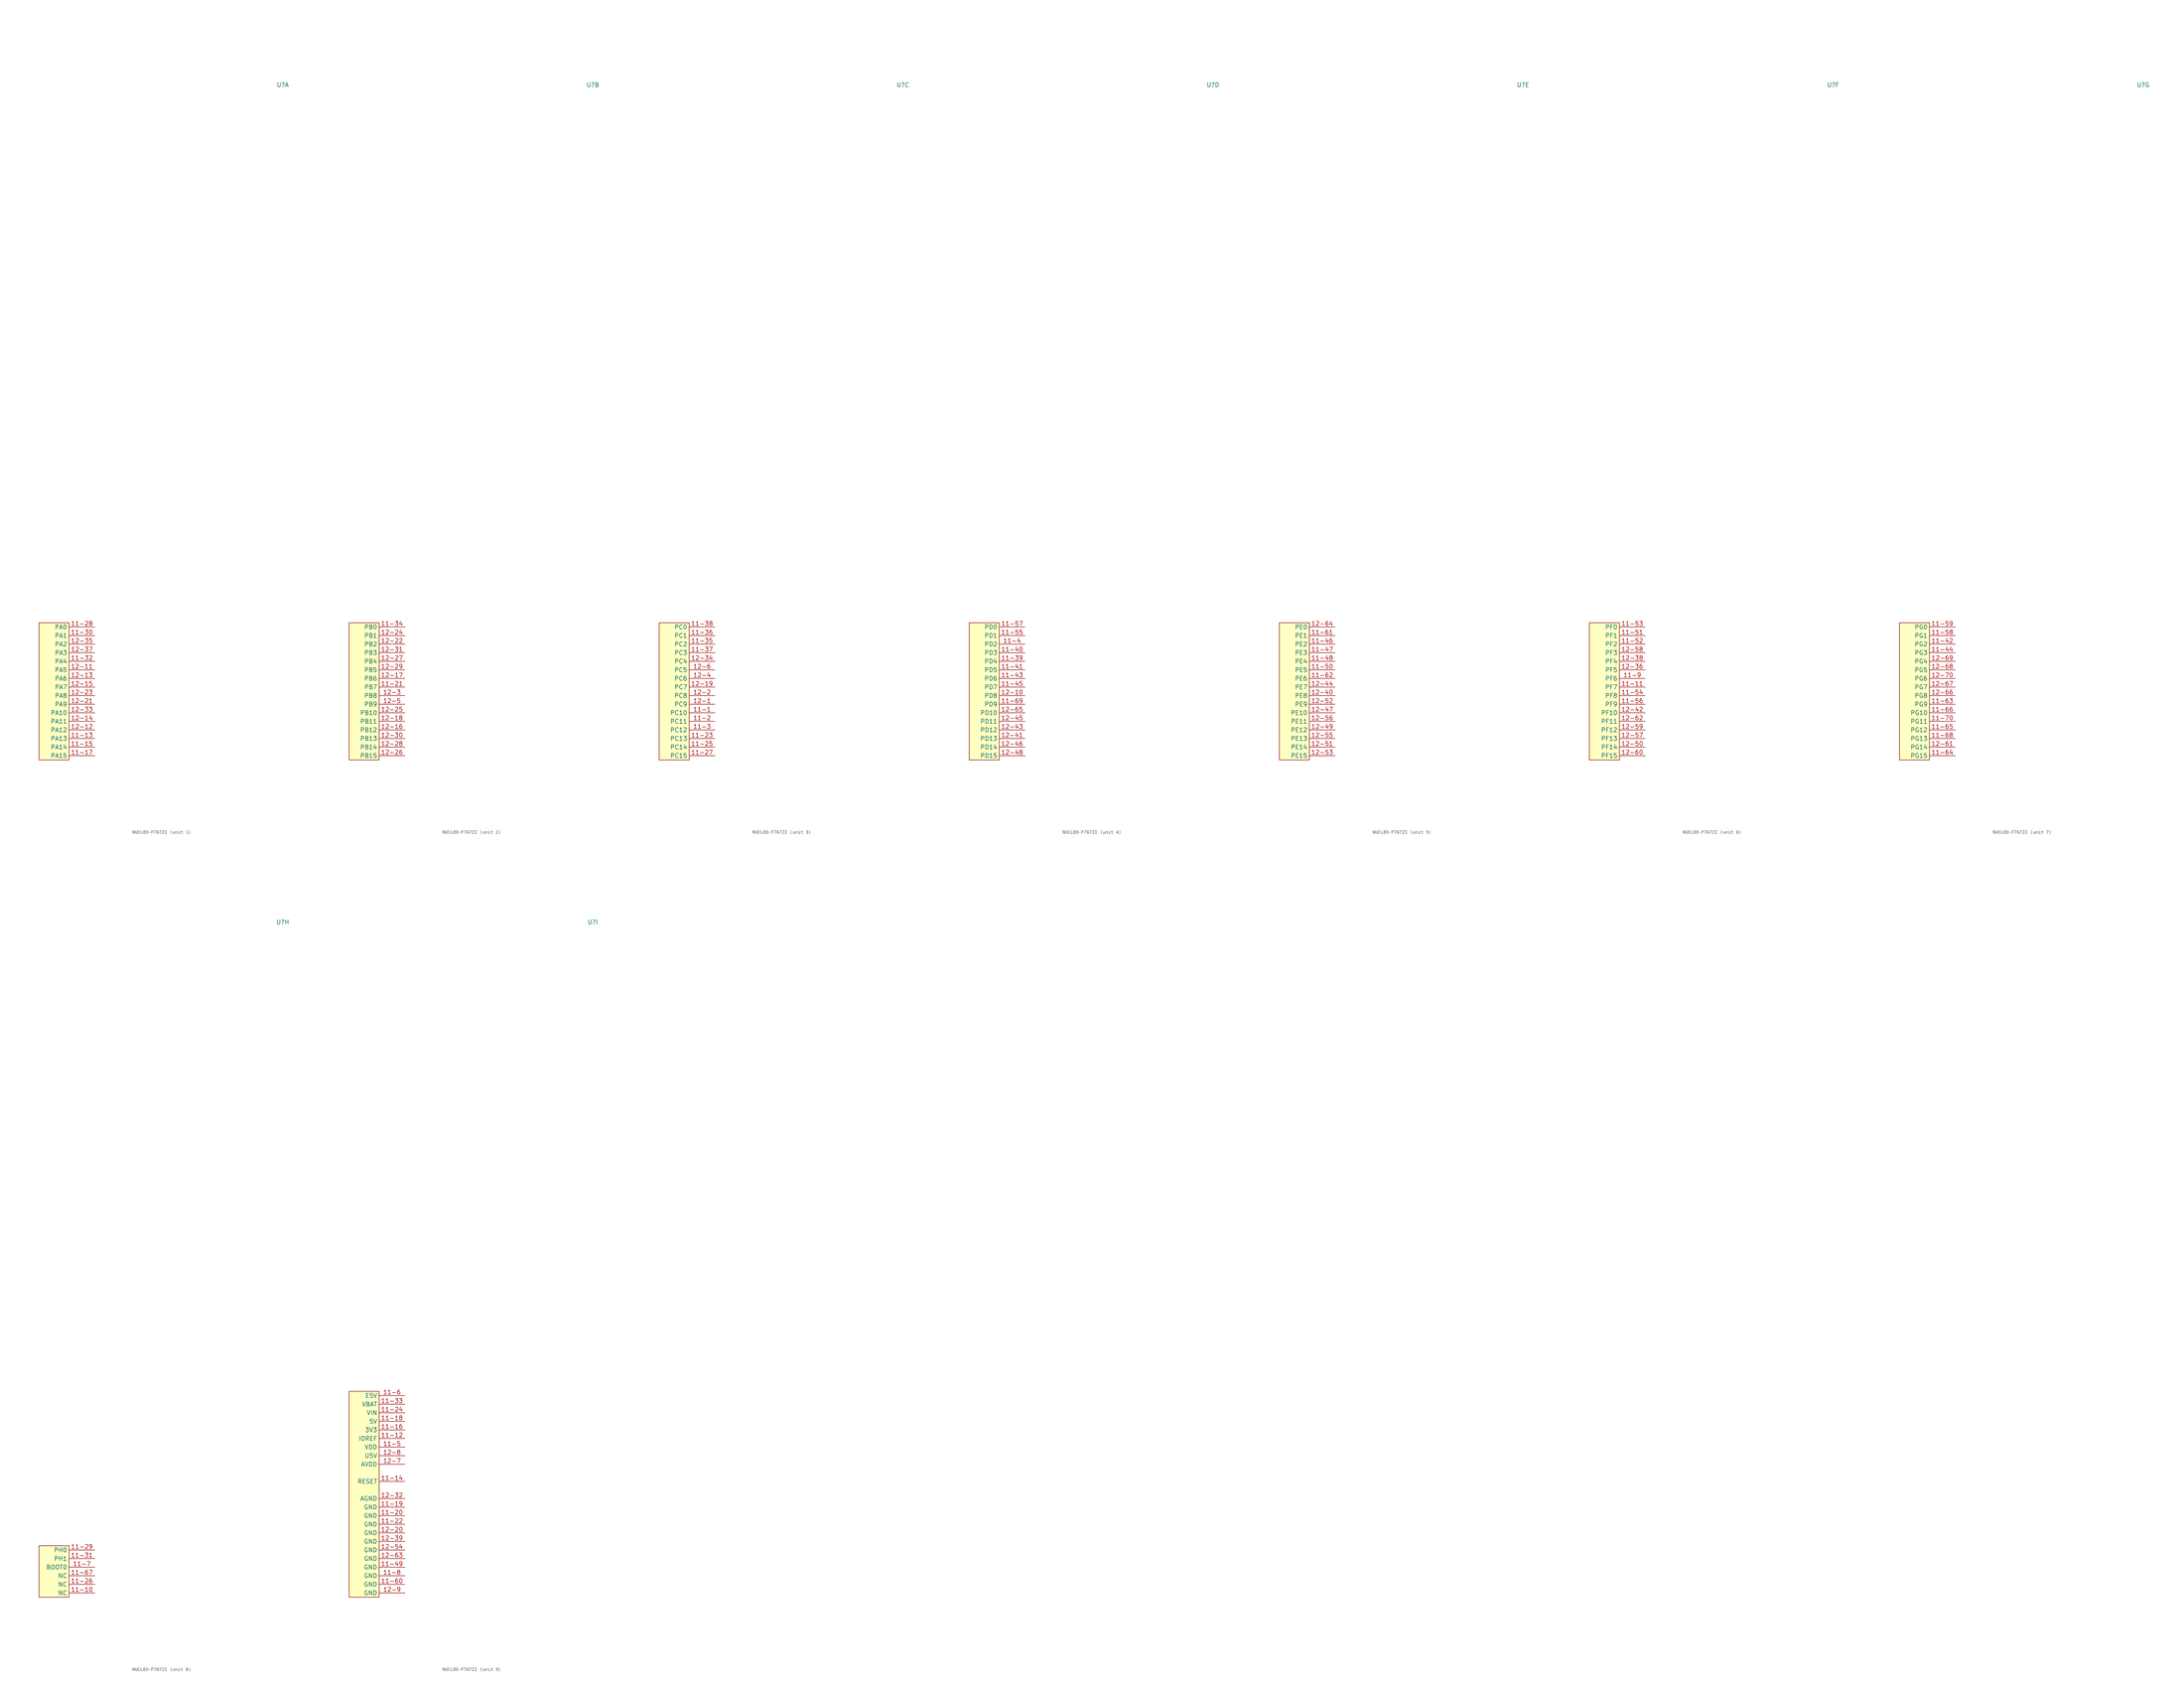
<source format=kicad_sym>
(kicad_symbol_lib
  (version 20241209)
  (generator "kicad_symbol_editor")
  (generator_version "9.0")
  (symbol "NUCLEO-F767ZI"
    (property "Reference" "U"
      (at 72.136 199.898 0)
      (effects (font (size 1.27 1.27))))
    (property "Value" ""
      (at 0 0 0)
      (effects (font (size 1.27 1.27))))
    (property "ki_locked" ""
      (at 0 0 0)
      (effects (font (size 1.27 1.27))))
    (symbol "NUCLEO-F767ZI_1_1"
      (rectangle (start 0 40.64) (end 8.89 0) (stroke (width 0) (type default)) (fill (type color) (color 255 255 194 1)))
      (pin passive line (at 16.51 39.37 180) (length 7.62) (name "PA0" (effects (font (size 1.27 1.27)))) (number "11-28" (effects (font (size 1.27 1.27)))))
      (pin passive line (at 16.51 36.83 180) (length 7.62) (name "PA1" (effects (font (size 1.27 1.27)))) (number "11-30" (effects (font (size 1.27 1.27)))))
      (pin passive line (at 16.51 34.29 180) (length 7.62) (name "PA2" (effects (font (size 1.27 1.27)))) (number "12-35" (effects (font (size 1.27 1.27)))))
      (pin passive line (at 16.51 31.75 180) (length 7.62) (name "PA3" (effects (font (size 1.27 1.27)))) (number "12-37" (effects (font (size 1.27 1.27)))))
      (pin passive line (at 16.51 29.21 180) (length 7.62) (name "PA4" (effects (font (size 1.27 1.27)))) (number "11-32" (effects (font (size 1.27 1.27)))))
      (pin passive line (at 16.51 26.67 180) (length 7.62) (name "PA5" (effects (font (size 1.27 1.27)))) (number "12-11" (effects (font (size 1.27 1.27)))))
      (pin passive line (at 16.51 24.13 180) (length 7.62) (name "PA6" (effects (font (size 1.27 1.27)))) (number "12-13" (effects (font (size 1.27 1.27)))))
      (pin passive line (at 16.51 21.59 180) (length 7.62) (name "PA7" (effects (font (size 1.27 1.27)))) (number "12-15" (effects (font (size 1.27 1.27)))))
      (pin passive line (at 16.51 19.05 180) (length 7.62) (name "PA8" (effects (font (size 1.27 1.27)))) (number "12-23" (effects (font (size 1.27 1.27)))))
      (pin passive line (at 16.51 16.51 180) (length 7.62) (name "PA9" (effects (font (size 1.27 1.27)))) (number "12-21" (effects (font (size 1.27 1.27)))))
      (pin passive line (at 16.51 13.97 180) (length 7.62) (name "PA10" (effects (font (size 1.27 1.27)))) (number "12-33" (effects (font (size 1.27 1.27)))))
      (pin passive line (at 16.51 11.43 180) (length 7.62) (name "PA11" (effects (font (size 1.27 1.27)))) (number "12-14" (effects (font (size 1.27 1.27)))))
      (pin passive line (at 16.51 8.89 180) (length 7.62) (name "PA12" (effects (font (size 1.27 1.27)))) (number "12-12" (effects (font (size 1.27 1.27)))))
      (pin passive line (at 16.51 6.35 180) (length 7.62) (name "PA13" (effects (font (size 1.27 1.27)))) (number "11-13" (effects (font (size 1.27 1.27)))))
      (pin passive line (at 16.51 3.81 180) (length 7.62) (name "PA14" (effects (font (size 1.27 1.27)))) (number "11-15" (effects (font (size 1.27 1.27)))))
      (pin passive line (at 16.51 1.27 180) (length 7.62) (name "PA15" (effects (font (size 1.27 1.27)))) (number "11-17" (effects (font (size 1.27 1.27))))))
    (symbol "NUCLEO-F767ZI_2_1"
      (rectangle (start 0 40.64) (end 8.89 0) (stroke (width 0) (type default)) (fill (type color) (color 255 255 194 1)))
      (pin passive line (at 16.51 39.37 180) (length 7.62) (name "PB0" (effects (font (size 1.27 1.27)))) (number "11-34" (effects (font (size 1.27 1.27)))))
      (pin passive line (at 16.51 36.83 180) (length 7.62) (name "PB1" (effects (font (size 1.27 1.27)))) (number "12-24" (effects (font (size 1.27 1.27)))))
      (pin passive line (at 16.51 34.29 180) (length 7.62) (name "PB2" (effects (font (size 1.27 1.27)))) (number "12-22" (effects (font (size 1.27 1.27)))))
      (pin passive line (at 16.51 31.75 180) (length 7.62) (name "PB3" (effects (font (size 1.27 1.27)))) (number "12-31" (effects (font (size 1.27 1.27)))))
      (pin passive line (at 16.51 29.21 180) (length 7.62) (name "PB4" (effects (font (size 1.27 1.27)))) (number "12-27" (effects (font (size 1.27 1.27)))))
      (pin passive line (at 16.51 26.67 180) (length 7.62) (name "PB5" (effects (font (size 1.27 1.27)))) (number "12-29" (effects (font (size 1.27 1.27)))))
      (pin passive line (at 16.51 24.13 180) (length 7.62) (name "PB6" (effects (font (size 1.27 1.27)))) (number "12-17" (effects (font (size 1.27 1.27)))))
      (pin passive line (at 16.51 21.59 180) (length 7.62) (name "PB7" (effects (font (size 1.27 1.27)))) (number "11-21" (effects (font (size 1.27 1.27)))))
      (pin passive line (at 16.51 19.05 180) (length 7.62) (name "PB8" (effects (font (size 1.27 1.27)))) (number "12-3" (effects (font (size 1.27 1.27)))))
      (pin passive line (at 16.51 16.51 180) (length 7.62) (name "PB9" (effects (font (size 1.27 1.27)))) (number "12-5" (effects (font (size 1.27 1.27)))))
      (pin passive line (at 16.51 13.97 180) (length 7.62) (name "PB10" (effects (font (size 1.27 1.27)))) (number "12-25" (effects (font (size 1.27 1.27)))))
      (pin passive line (at 16.51 11.43 180) (length 7.62) (name "PB11" (effects (font (size 1.27 1.27)))) (number "12-18" (effects (font (size 1.27 1.27)))))
      (pin passive line (at 16.51 8.89 180) (length 7.62) (name "PB12" (effects (font (size 1.27 1.27)))) (number "12-16" (effects (font (size 1.27 1.27)))))
      (pin passive line (at 16.51 6.35 180) (length 7.62) (name "PB13" (effects (font (size 1.27 1.27)))) (number "12-30" (effects (font (size 1.27 1.27)))))
      (pin passive line (at 16.51 3.81 180) (length 7.62) (name "PB14" (effects (font (size 1.27 1.27)))) (number "12-28" (effects (font (size 1.27 1.27)))))
      (pin passive line (at 16.51 1.27 180) (length 7.62) (name "PB15" (effects (font (size 1.27 1.27)))) (number "12-26" (effects (font (size 1.27 1.27))))))
    (symbol "NUCLEO-F767ZI_3_1"
      (rectangle (start 0 40.64) (end 8.89 0) (stroke (width 0) (type default)) (fill (type color) (color 255 255 194 1)))
      (pin passive line (at 16.51 39.37 180) (length 7.62) (name "PC0" (effects (font (size 1.27 1.27)))) (number "11-38" (effects (font (size 1.27 1.27)))))
      (pin passive line (at 16.51 36.83 180) (length 7.62) (name "PC1" (effects (font (size 1.27 1.27)))) (number "11-36" (effects (font (size 1.27 1.27)))))
      (pin passive line (at 16.51 34.29 180) (length 7.62) (name "PC2" (effects (font (size 1.27 1.27)))) (number "11-35" (effects (font (size 1.27 1.27)))))
      (pin passive line (at 16.51 31.75 180) (length 7.62) (name "PC3" (effects (font (size 1.27 1.27)))) (number "11-37" (effects (font (size 1.27 1.27)))))
      (pin passive line (at 16.51 29.21 180) (length 7.62) (name "PC4" (effects (font (size 1.27 1.27)))) (number "12-34" (effects (font (size 1.27 1.27)))))
      (pin passive line (at 16.51 26.67 180) (length 7.62) (name "PC5" (effects (font (size 1.27 1.27)))) (number "12-6" (effects (font (size 1.27 1.27)))))
      (pin passive line (at 16.51 24.13 180) (length 7.62) (name "PC6" (effects (font (size 1.27 1.27)))) (number "12-4" (effects (font (size 1.27 1.27)))))
      (pin passive line (at 16.51 21.59 180) (length 7.62) (name "PC7" (effects (font (size 1.27 1.27)))) (number "12-19" (effects (font (size 1.27 1.27)))))
      (pin passive line (at 16.51 19.05 180) (length 7.62) (name "PC8" (effects (font (size 1.27 1.27)))) (number "12-2" (effects (font (size 1.27 1.27)))))
      (pin passive line (at 16.51 16.51 180) (length 7.62) (name "PC9" (effects (font (size 1.27 1.27)))) (number "12-1" (effects (font (size 1.27 1.27)))))
      (pin passive line (at 16.51 13.97 180) (length 7.62) (name "PC10" (effects (font (size 1.27 1.27)))) (number "11-1" (effects (font (size 1.27 1.27)))))
      (pin passive line (at 16.51 11.43 180) (length 7.62) (name "PC11" (effects (font (size 1.27 1.27)))) (number "11-2" (effects (font (size 1.27 1.27)))))
      (pin passive line (at 16.51 8.89 180) (length 7.62) (name "PC12" (effects (font (size 1.27 1.27)))) (number "11-3" (effects (font (size 1.27 1.27)))))
      (pin passive line (at 16.51 6.35 180) (length 7.62) (name "PC13" (effects (font (size 1.27 1.27)))) (number "11-23" (effects (font (size 1.27 1.27)))))
      (pin passive line (at 16.51 3.81 180) (length 7.62) (name "PC14" (effects (font (size 1.27 1.27)))) (number "11-25" (effects (font (size 1.27 1.27)))))
      (pin passive line (at 16.51 1.27 180) (length 7.62) (name "PC15" (effects (font (size 1.27 1.27)))) (number "11-27" (effects (font (size 1.27 1.27))))))
    (symbol "NUCLEO-F767ZI_4_1"
      (rectangle (start 0 40.64) (end 8.89 0) (stroke (width 0) (type default)) (fill (type color) (color 255 255 194 1)))
      (pin passive line (at 16.51 39.37 180) (length 7.62) (name "PD0" (effects (font (size 1.27 1.27)))) (number "11-57" (effects (font (size 1.27 1.27)))))
      (pin passive line (at 16.51 36.83 180) (length 7.62) (name "PD1" (effects (font (size 1.27 1.27)))) (number "11-55" (effects (font (size 1.27 1.27)))))
      (pin passive line (at 16.51 34.29 180) (length 7.62) (name "PD2" (effects (font (size 1.27 1.27)))) (number "11-4" (effects (font (size 1.27 1.27)))))
      (pin passive line (at 16.51 31.75 180) (length 7.62) (name "PD3" (effects (font (size 1.27 1.27)))) (number "11-40" (effects (font (size 1.27 1.27)))))
      (pin passive line (at 16.51 29.21 180) (length 7.62) (name "PD4" (effects (font (size 1.27 1.27)))) (number "11-39" (effects (font (size 1.27 1.27)))))
      (pin passive line (at 16.51 26.67 180) (length 7.62) (name "PD5" (effects (font (size 1.27 1.27)))) (number "11-41" (effects (font (size 1.27 1.27)))))
      (pin passive line (at 16.51 24.13 180) (length 7.62) (name "PD6" (effects (font (size 1.27 1.27)))) (number "11-43" (effects (font (size 1.27 1.27)))))
      (pin passive line (at 16.51 21.59 180) (length 7.62) (name "PD7" (effects (font (size 1.27 1.27)))) (number "11-45" (effects (font (size 1.27 1.27)))))
      (pin passive line (at 16.51 19.05 180) (length 7.62) (name "PD8" (effects (font (size 1.27 1.27)))) (number "12-10" (effects (font (size 1.27 1.27)))))
      (pin passive line (at 16.51 16.51 180) (length 7.62) (name "PD9" (effects (font (size 1.27 1.27)))) (number "11-69" (effects (font (size 1.27 1.27)))))
      (pin passive line (at 16.51 13.97 180) (length 7.62) (name "PD10" (effects (font (size 1.27 1.27)))) (number "12-65" (effects (font (size 1.27 1.27)))))
      (pin passive line (at 16.51 11.43 180) (length 7.62) (name "PD11" (effects (font (size 1.27 1.27)))) (number "12-45" (effects (font (size 1.27 1.27)))))
      (pin passive line (at 16.51 8.89 180) (length 7.62) (name "PD12" (effects (font (size 1.27 1.27)))) (number "12-43" (effects (font (size 1.27 1.27)))))
      (pin passive line (at 16.51 6.35 180) (length 7.62) (name "PD13" (effects (font (size 1.27 1.27)))) (number "12-41" (effects (font (size 1.27 1.27)))))
      (pin passive line (at 16.51 3.81 180) (length 7.62) (name "PD14" (effects (font (size 1.27 1.27)))) (number "12-46" (effects (font (size 1.27 1.27)))))
      (pin passive line (at 16.51 1.27 180) (length 7.62) (name "PD15" (effects (font (size 1.27 1.27)))) (number "12-48" (effects (font (size 1.27 1.27))))))
    (symbol "NUCLEO-F767ZI_5_1"
      (rectangle (start 0 40.64) (end 8.89 0) (stroke (width 0) (type default)) (fill (type color) (color 255 255 194 1)))
      (pin passive line (at 16.51 39.37 180) (length 7.62) (name "PE0" (effects (font (size 1.27 1.27)))) (number "12-64" (effects (font (size 1.27 1.27)))))
      (pin passive line (at 16.51 36.83 180) (length 7.62) (name "PE1" (effects (font (size 1.27 1.27)))) (number "11-61" (effects (font (size 1.27 1.27)))))
      (pin passive line (at 16.51 34.29 180) (length 7.62) (name "PE2" (effects (font (size 1.27 1.27)))) (number "11-46" (effects (font (size 1.27 1.27)))))
      (pin passive line (at 16.51 31.75 180) (length 7.62) (name "PE3" (effects (font (size 1.27 1.27)))) (number "11-47" (effects (font (size 1.27 1.27)))))
      (pin passive line (at 16.51 29.21 180) (length 7.62) (name "PE4" (effects (font (size 1.27 1.27)))) (number "11-48" (effects (font (size 1.27 1.27)))))
      (pin passive line (at 16.51 26.67 180) (length 7.62) (name "PE5" (effects (font (size 1.27 1.27)))) (number "11-50" (effects (font (size 1.27 1.27)))))
      (pin passive line (at 16.51 24.13 180) (length 7.62) (name "PE6" (effects (font (size 1.27 1.27)))) (number "11-62" (effects (font (size 1.27 1.27)))))
      (pin passive line (at 16.51 21.59 180) (length 7.62) (name "PE7" (effects (font (size 1.27 1.27)))) (number "12-44" (effects (font (size 1.27 1.27)))))
      (pin passive line (at 16.51 19.05 180) (length 7.62) (name "PE8" (effects (font (size 1.27 1.27)))) (number "12-40" (effects (font (size 1.27 1.27)))))
      (pin passive line (at 16.51 16.51 180) (length 7.62) (name "PE9" (effects (font (size 1.27 1.27)))) (number "12-52" (effects (font (size 1.27 1.27)))))
      (pin passive line (at 16.51 13.97 180) (length 7.62) (name "PE10" (effects (font (size 1.27 1.27)))) (number "12-47" (effects (font (size 1.27 1.27)))))
      (pin passive line (at 16.51 11.43 180) (length 7.62) (name "PE11" (effects (font (size 1.27 1.27)))) (number "12-56" (effects (font (size 1.27 1.27)))))
      (pin passive line (at 16.51 8.89 180) (length 7.62) (name "PE12" (effects (font (size 1.27 1.27)))) (number "12-49" (effects (font (size 1.27 1.27)))))
      (pin passive line (at 16.51 6.35 180) (length 7.62) (name "PE13" (effects (font (size 1.27 1.27)))) (number "12-55" (effects (font (size 1.27 1.27)))))
      (pin passive line (at 16.51 3.81 180) (length 7.62) (name "PE14" (effects (font (size 1.27 1.27)))) (number "12-51" (effects (font (size 1.27 1.27)))))
      (pin passive line (at 16.51 1.27 180) (length 7.62) (name "PE15" (effects (font (size 1.27 1.27)))) (number "12-53" (effects (font (size 1.27 1.27))))))
    (symbol "NUCLEO-F767ZI_6_1"
      (rectangle (start 0 40.64) (end 8.89 0) (stroke (width 0) (type default)) (fill (type color) (color 255 255 194 1)))
      (pin passive line (at 16.51 39.37 180) (length 7.62) (name "PF0" (effects (font (size 1.27 1.27)))) (number "11-53" (effects (font (size 1.27 1.27)))))
      (pin passive line (at 16.51 36.83 180) (length 7.62) (name "PF1" (effects (font (size 1.27 1.27)))) (number "11-51" (effects (font (size 1.27 1.27)))))
      (pin passive line (at 16.51 34.29 180) (length 7.62) (name "PF2" (effects (font (size 1.27 1.27)))) (number "11-52" (effects (font (size 1.27 1.27)))))
      (pin passive line (at 16.51 31.75 180) (length 7.62) (name "PF3" (effects (font (size 1.27 1.27)))) (number "12-58" (effects (font (size 1.27 1.27)))))
      (pin passive line (at 16.51 29.21 180) (length 7.62) (name "PF4" (effects (font (size 1.27 1.27)))) (number "12-38" (effects (font (size 1.27 1.27)))))
      (pin passive line (at 16.51 26.67 180) (length 7.62) (name "PF5" (effects (font (size 1.27 1.27)))) (number "12-36" (effects (font (size 1.27 1.27)))))
      (pin passive line (at 16.51 24.13 180) (length 7.62) (name "PF6" (effects (font (size 1.27 1.27)))) (number "11-9" (effects (font (size 1.27 1.27)))))
      (pin passive line (at 16.51 21.59 180) (length 7.62) (name "PF7" (effects (font (size 1.27 1.27)))) (number "11-11" (effects (font (size 1.27 1.27)))))
      (pin passive line (at 16.51 19.05 180) (length 7.62) (name "PF8" (effects (font (size 1.27 1.27)))) (number "11-54" (effects (font (size 1.27 1.27)))))
      (pin passive line (at 16.51 16.51 180) (length 7.62) (name "PF9" (effects (font (size 1.27 1.27)))) (number "11-56" (effects (font (size 1.27 1.27)))))
      (pin passive line (at 16.51 13.97 180) (length 7.62) (name "PF10" (effects (font (size 1.27 1.27)))) (number "12-42" (effects (font (size 1.27 1.27)))))
      (pin passive line (at 16.51 11.43 180) (length 7.62) (name "PF11" (effects (font (size 1.27 1.27)))) (number "12-62" (effects (font (size 1.27 1.27)))))
      (pin passive line (at 16.51 8.89 180) (length 7.62) (name "PF12" (effects (font (size 1.27 1.27)))) (number "12-59" (effects (font (size 1.27 1.27)))))
      (pin passive line (at 16.51 6.35 180) (length 7.62) (name "PF13" (effects (font (size 1.27 1.27)))) (number "12-57" (effects (font (size 1.27 1.27)))))
      (pin passive line (at 16.51 3.81 180) (length 7.62) (name "PF14" (effects (font (size 1.27 1.27)))) (number "12-50" (effects (font (size 1.27 1.27)))))
      (pin passive line (at 16.51 1.27 180) (length 7.62) (name "PF15" (effects (font (size 1.27 1.27)))) (number "12-60" (effects (font (size 1.27 1.27))))))
    (symbol "NUCLEO-F767ZI_7_1"
      (rectangle (start 0 40.64) (end 8.89 0) (stroke (width 0) (type default)) (fill (type color) (color 255 255 194 1)))
      (pin passive line (at 16.51 39.37 180) (length 7.62) (name "PG0" (effects (font (size 1.27 1.27)))) (number "11-59" (effects (font (size 1.27 1.27)))))
      (pin passive line (at 16.51 36.83 180) (length 7.62) (name "PG1" (effects (font (size 1.27 1.27)))) (number "11-58" (effects (font (size 1.27 1.27)))))
      (pin passive line (at 16.51 34.29 180) (length 7.62) (name "PG2" (effects (font (size 1.27 1.27)))) (number "11-42" (effects (font (size 1.27 1.27)))))
      (pin passive line (at 16.51 31.75 180) (length 7.62) (name "PG3" (effects (font (size 1.27 1.27)))) (number "11-44" (effects (font (size 1.27 1.27)))))
      (pin passive line (at 16.51 29.21 180) (length 7.62) (name "PG4" (effects (font (size 1.27 1.27)))) (number "12-69" (effects (font (size 1.27 1.27)))))
      (pin passive line (at 16.51 26.67 180) (length 7.62) (name "PG5" (effects (font (size 1.27 1.27)))) (number "12-68" (effects (font (size 1.27 1.27)))))
      (pin passive line (at 16.51 24.13 180) (length 7.62) (name "PG6" (effects (font (size 1.27 1.27)))) (number "12-70" (effects (font (size 1.27 1.27)))))
      (pin passive line (at 16.51 21.59 180) (length 7.62) (name "PG7" (effects (font (size 1.27 1.27)))) (number "12-67" (effects (font (size 1.27 1.27)))))
      (pin passive line (at 16.51 19.05 180) (length 7.62) (name "PG8" (effects (font (size 1.27 1.27)))) (number "12-66" (effects (font (size 1.27 1.27)))))
      (pin passive line (at 16.51 16.51 180) (length 7.62) (name "PG9" (effects (font (size 1.27 1.27)))) (number "11-63" (effects (font (size 1.27 1.27)))))
      (pin passive line (at 16.51 13.97 180) (length 7.62) (name "PG10" (effects (font (size 1.27 1.27)))) (number "11-66" (effects (font (size 1.27 1.27)))))
      (pin passive line (at 16.51 11.43 180) (length 7.62) (name "PG11" (effects (font (size 1.27 1.27)))) (number "11-70" (effects (font (size 1.27 1.27)))))
      (pin passive line (at 16.51 8.89 180) (length 7.62) (name "PG12" (effects (font (size 1.27 1.27)))) (number "11-65" (effects (font (size 1.27 1.27)))))
      (pin passive line (at 16.51 6.35 180) (length 7.62) (name "PG13" (effects (font (size 1.27 1.27)))) (number "11-68" (effects (font (size 1.27 1.27)))))
      (pin passive line (at 16.51 3.81 180) (length 7.62) (name "PG14" (effects (font (size 1.27 1.27)))) (number "12-61" (effects (font (size 1.27 1.27)))))
      (pin passive line (at 16.51 1.27 180) (length 7.62) (name "PG15" (effects (font (size 1.27 1.27)))) (number "11-64" (effects (font (size 1.27 1.27))))))
    (symbol "NUCLEO-F767ZI_8_1"
      (rectangle (start 0 15.24) (end 8.89 0) (stroke (width 0) (type default)) (fill (type color) (color 255 255 194 1)))
      (pin passive line (at 16.51 13.97 180) (length 7.62) (name "PH0" (effects (font (size 1.27 1.27)))) (number "11-29" (effects (font (size 1.27 1.27)))))
      (pin passive line (at 16.51 11.43 180) (length 7.62) (name "PH1" (effects (font (size 1.27 1.27)))) (number "11-31" (effects (font (size 1.27 1.27)))))
      (pin passive line (at 16.51 8.89 180) (length 7.62) (name "BOOT0" (effects (font (size 1.27 1.27)))) (number "11-7" (effects (font (size 1.27 1.27)))))
      (pin passive line (at 16.51 6.35 180) (length 7.62) (name "NC" (effects (font (size 1.27 1.27)))) (number "11-67" (effects (font (size 1.27 1.27)))))
      (pin passive line (at 16.51 3.81 180) (length 7.62) (name "NC" (effects (font (size 1.27 1.27)))) (number "11-26" (effects (font (size 1.27 1.27)))))
      (pin passive line (at 16.51 1.27 180) (length 7.62) (name "NC" (effects (font (size 1.27 1.27)))) (number "11-10" (effects (font (size 1.27 1.27))))))
    (symbol "NUCLEO-F767ZI_9_1"
      (rectangle (start 0 60.96) (end 8.89 0) (stroke (width 0) (type default)) (fill (type color) (color 255 255 194 1)))
      (pin passive line (at 16.51 59.69 180) (length 7.62) (name "E5V" (effects (font (size 1.27 1.27)))) (number "11-6" (effects (font (size 1.27 1.27)))))
      (pin passive line (at 16.51 57.15 180) (length 7.62) (name "VBAT" (effects (font (size 1.27 1.27)))) (number "11-33" (effects (font (size 1.27 1.27)))))
      (pin passive line (at 16.51 54.61 180) (length 7.62) (name "VIN" (effects (font (size 1.27 1.27)))) (number "11-24" (effects (font (size 1.27 1.27)))))
      (pin passive line (at 16.51 52.07 180) (length 7.62) (name "5V" (effects (font (size 1.27 1.27)))) (number "11-18" (effects (font (size 1.27 1.27)))))
      (pin passive line (at 16.51 49.53 180) (length 7.62) (name "3V3" (effects (font (size 1.27 1.27)))) (number "11-16" (effects (font (size 1.27 1.27)))))
      (pin passive line (at 16.51 46.99 180) (length 7.62) (name "IOREF" (effects (font (size 1.27 1.27)))) (number "11-12" (effects (font (size 1.27 1.27)))))
      (pin passive line (at 16.51 44.45 180) (length 7.62) (name "VDD" (effects (font (size 1.27 1.27)))) (number "11-5" (effects (font (size 1.27 1.27)))))
      (pin passive line (at 16.51 41.91 180) (length 7.62) (name "U5V" (effects (font (size 1.27 1.27)))) (number "12-8" (effects (font (size 1.27 1.27)))))
      (pin passive line (at 16.51 39.37 180) (length 7.62) (name "AVDD" (effects (font (size 1.27 1.27)))) (number "12-7" (effects (font (size 1.27 1.27)))))
      (pin passive line (at 16.51 34.29 180) (length 7.62) (name "RESET" (effects (font (size 1.27 1.27)))) (number "11-14" (effects (font (size 1.27 1.27)))))
      (pin passive line (at 16.51 29.21 180) (length 7.62) (name "AGND" (effects (font (size 1.27 1.27)))) (number "12-32" (effects (font (size 1.27 1.27)))))
      (pin passive line (at 16.51 26.67 180) (length 7.62) (name "GND" (effects (font (size 1.27 1.27)))) (number "11-19" (effects (font (size 1.27 1.27)))))
      (pin passive line (at 16.51 24.13 180) (length 7.62) (name "GND" (effects (font (size 1.27 1.27)))) (number "11-20" (effects (font (size 1.27 1.27)))))
      (pin passive line (at 16.51 21.59 180) (length 7.62) (name "GND" (effects (font (size 1.27 1.27)))) (number "11-22" (effects (font (size 1.27 1.27)))))
      (pin passive line (at 16.51 19.05 180) (length 7.62) (name "GND" (effects (font (size 1.27 1.27)))) (number "12-20" (effects (font (size 1.27 1.27)))))
      (pin passive line (at 16.51 16.51 180) (length 7.62) (name "GND" (effects (font (size 1.27 1.27)))) (number "12-39" (effects (font (size 1.27 1.27)))))
      (pin passive line (at 16.51 13.97 180) (length 7.62) (name "GND" (effects (font (size 1.27 1.27)))) (number "12-54" (effects (font (size 1.27 1.27)))))
      (pin passive line (at 16.51 11.43 180) (length 7.62) (name "GND" (effects (font (size 1.27 1.27)))) (number "12-63" (effects (font (size 1.27 1.27)))))
      (pin passive line (at 16.51 8.89 180) (length 7.62) (name "GND" (effects (font (size 1.27 1.27)))) (number "11-49" (effects (font (size 1.27 1.27)))))
      (pin passive line (at 16.51 6.35 180) (length 7.62) (name "GND" (effects (font (size 1.27 1.27)))) (number "11-8" (effects (font (size 1.27 1.27)))))
      (pin passive line (at 16.51 3.81 180) (length 7.62) (name "GND" (effects (font (size 1.27 1.27)))) (number "11-60" (effects (font (size 1.27 1.27)))))
      (pin passive line (at 16.51 1.27 180) (length 7.62) (name "GND" (effects (font (size 1.27 1.27)))) (number "12-9" (effects (font (size 1.27 1.27))))))))
</source>
